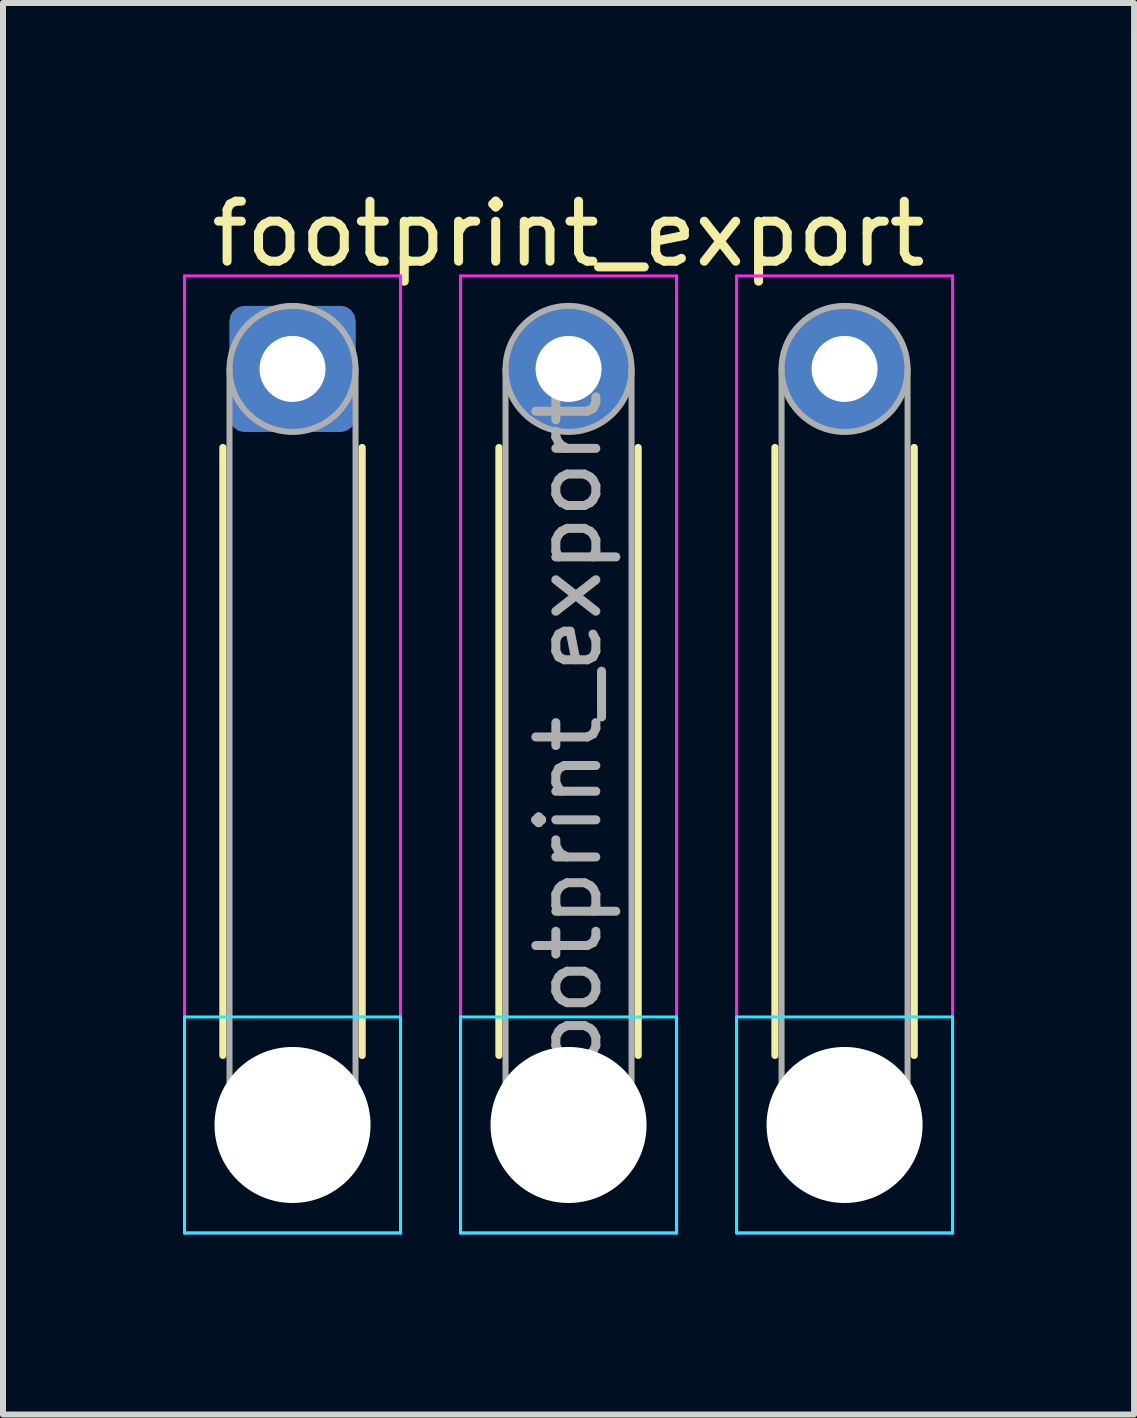
<source format=kicad_pcb>
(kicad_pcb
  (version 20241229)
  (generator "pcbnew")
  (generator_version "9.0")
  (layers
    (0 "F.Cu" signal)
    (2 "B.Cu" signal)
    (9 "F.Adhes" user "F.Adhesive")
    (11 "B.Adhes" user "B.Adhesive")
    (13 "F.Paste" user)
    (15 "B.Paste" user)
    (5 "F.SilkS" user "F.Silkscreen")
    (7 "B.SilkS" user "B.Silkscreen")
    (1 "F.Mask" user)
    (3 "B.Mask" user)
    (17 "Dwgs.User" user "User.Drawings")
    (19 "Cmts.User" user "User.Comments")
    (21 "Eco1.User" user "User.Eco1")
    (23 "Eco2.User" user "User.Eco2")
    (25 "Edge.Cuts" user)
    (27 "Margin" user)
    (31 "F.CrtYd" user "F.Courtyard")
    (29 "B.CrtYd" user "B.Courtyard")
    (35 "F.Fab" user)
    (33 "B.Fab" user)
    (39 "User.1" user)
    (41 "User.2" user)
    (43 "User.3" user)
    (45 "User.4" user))
  (footprint "footprint_export"
    (layer "F.Cu")
    (at 1.825 3.098)
    (property "Reference" "footprint_export" (at 4.6 -2.25 0) (layer "F.SilkS") (effects (font (size 1 1) (thickness 0.15))))
    (attr exclude_from_pos_files exclude_from_bom)
    (fp_line (start -1.16 1.31) (end -1.16 11.44) (stroke (width 0.12) (type solid)) (layer "F.SilkS"))
    (fp_line (start 1.16 1.31) (end 1.16 11.44) (stroke (width 0.12) (type solid)) (layer "F.SilkS"))
    (fp_line (start 3.44 1.31) (end 3.44 11.44) (stroke (width 0.12) (type solid)) (layer "F.SilkS"))
    (fp_line (start 5.76 1.31) (end 5.76 11.44) (stroke (width 0.12) (type solid)) (layer "F.SilkS"))
    (fp_line (start 8.04 1.31) (end 8.04 11.44) (stroke (width 0.12) (type solid)) (layer "F.SilkS"))
    (fp_line (start 10.36 1.31) (end 10.36 11.44) (stroke (width 0.12) (type solid)) (layer "F.SilkS"))
    (fp_line (start -1.8 10.8) (end -1.8 14.4) (stroke (width 0.05) (type solid)) (layer "B.CrtYd"))
    (fp_line (start -1.8 14.4) (end 1.8 14.4) (stroke (width 0.05) (type solid)) (layer "B.CrtYd"))
    (fp_line (start 1.8 10.8) (end -1.8 10.8) (stroke (width 0.05) (type solid)) (layer "B.CrtYd"))
    (fp_line (start 1.8 14.4) (end 1.8 10.8) (stroke (width 0.05) (type solid)) (layer "B.CrtYd"))
    (fp_line (start 2.8 10.8) (end 2.8 14.4) (stroke (width 0.05) (type solid)) (layer "B.CrtYd"))
    (fp_line (start 2.8 14.4) (end 6.4 14.4) (stroke (width 0.05) (type solid)) (layer "B.CrtYd"))
    (fp_line (start 6.4 10.8) (end 2.8 10.8) (stroke (width 0.05) (type solid)) (layer "B.CrtYd"))
    (fp_line (start 6.4 14.4) (end 6.4 10.8) (stroke (width 0.05) (type solid)) (layer "B.CrtYd"))
    (fp_line (start 7.4 10.8) (end 7.4 14.4) (stroke (width 0.05) (type solid)) (layer "B.CrtYd"))
    (fp_line (start 7.4 14.4) (end 11 14.4) (stroke (width 0.05) (type solid)) (layer "B.CrtYd"))
    (fp_line (start 11 10.8) (end 7.4 10.8) (stroke (width 0.05) (type solid)) (layer "B.CrtYd"))
    (fp_line (start 11 14.4) (end 11 10.8) (stroke (width 0.05) (type solid)) (layer "B.CrtYd"))
    (fp_line (start -1.8 -1.55) (end -1.8 14.4) (stroke (width 0.05) (type solid)) (layer "F.CrtYd"))
    (fp_line (start -1.8 14.4) (end 1.8 14.4) (stroke (width 0.05) (type solid)) (layer "F.CrtYd"))
    (fp_line (start 1.8 -1.55) (end -1.8 -1.55) (stroke (width 0.05) (type solid)) (layer "F.CrtYd"))
    (fp_line (start 1.8 14.4) (end 1.8 -1.55) (stroke (width 0.05) (type solid)) (layer "F.CrtYd"))
    (fp_line (start 2.8 -1.55) (end 2.8 14.4) (stroke (width 0.05) (type solid)) (layer "F.CrtYd"))
    (fp_line (start 2.8 14.4) (end 6.4 14.4) (stroke (width 0.05) (type solid)) (layer "F.CrtYd"))
    (fp_line (start 6.4 -1.55) (end 2.8 -1.55) (stroke (width 0.05) (type solid)) (layer "F.CrtYd"))
    (fp_line (start 6.4 14.4) (end 6.4 -1.55) (stroke (width 0.05) (type solid)) (layer "F.CrtYd"))
    (fp_line (start 7.4 -1.55) (end 7.4 14.4) (stroke (width 0.05) (type solid)) (layer "F.CrtYd"))
    (fp_line (start 7.4 14.4) (end 11 14.4) (stroke (width 0.05) (type solid)) (layer "F.CrtYd"))
    (fp_line (start 11 -1.55) (end 7.4 -1.55) (stroke (width 0.05) (type solid)) (layer "F.CrtYd"))
    (fp_line (start 11 14.4) (end 11 -1.55) (stroke (width 0.05) (type solid)) (layer "F.CrtYd"))
    (fp_line (start -1.05 0) (end -1.05 12.6) (stroke (width 0.1) (type solid)) (layer "F.Fab"))
    (fp_line (start 1.05 0) (end 1.05 12.6) (stroke (width 0.1) (type solid)) (layer "F.Fab"))
    (fp_line (start 3.55 0) (end 3.55 12.6) (stroke (width 0.1) (type solid)) (layer "F.Fab"))
    (fp_line (start 5.65 0) (end 5.65 12.6) (stroke (width 0.1) (type solid)) (layer "F.Fab"))
    (fp_line (start 8.15 0) (end 8.15 12.6) (stroke (width 0.1) (type solid)) (layer "F.Fab"))
    (fp_line (start 10.25 0) (end 10.25 12.6) (stroke (width 0.1) (type solid)) (layer "F.Fab"))
    (fp_circle (center 0 0) (end 1.05 0) (stroke (width 0.1) (type solid)) (fill no) (layer "F.Fab"))
    (fp_circle (center 0 12.6) (end 1.05 12.6) (stroke (width 0.1) (type solid)) (fill no) (layer "F.Fab"))
    (fp_circle (center 4.6 0) (end 5.65 0) (stroke (width 0.1) (type solid)) (fill no) (layer "F.Fab"))
    (fp_circle (center 4.6 12.6) (end 5.65 12.6) (stroke (width 0.1) (type solid)) (fill no) (layer "F.Fab"))
    (fp_circle (center 9.2 0) (end 10.25 0) (stroke (width 0.1) (type solid)) (fill no) (layer "F.Fab"))
    (fp_circle (center 9.2 12.6) (end 10.25 12.6) (stroke (width 0.1) (type solid)) (fill no) (layer "F.Fab"))
    (fp_text user "${REFERENCE}" (at 4.6 6.3 90) (layer "F.Fab") (effects (font (size 1 1) (thickness 0.15))))
    (pad "" np_thru_hole circle (at 0 12.6) (size 2.6 2.6) (drill 2.6) (layers "*.Cu" "*.Mask"))
    (pad "" np_thru_hole circle (at 4.6 12.6) (size 2.6 2.6) (drill 2.6) (layers "*.Cu" "*.Mask"))
    (pad "" np_thru_hole circle (at 9.2 12.6) (size 2.6 2.6) (drill 2.6) (layers "*.Cu" "*.Mask"))
    (pad "1" thru_hole roundrect (at 0 0) (size 2.1 2.1) (drill 1.1) (layers "*.Cu" "*.Mask") (roundrect_rratio 0.119))
    (pad "2" thru_hole circle (at 4.6 0) (size 2.1 2.1) (drill 1.1) (layers "*.Cu" "*.Mask"))
    (pad "3" thru_hole circle (at 9.2 0) (size 2.1 2.1) (drill 1.1) (layers "*.Cu" "*.Mask")))
  (gr_rect
    (start -3 -3)
    (end 15.85 20.523)
    (stroke (width 0.1) (type default))
    (fill no)
    (layer "Edge.Cuts")))
</source>
